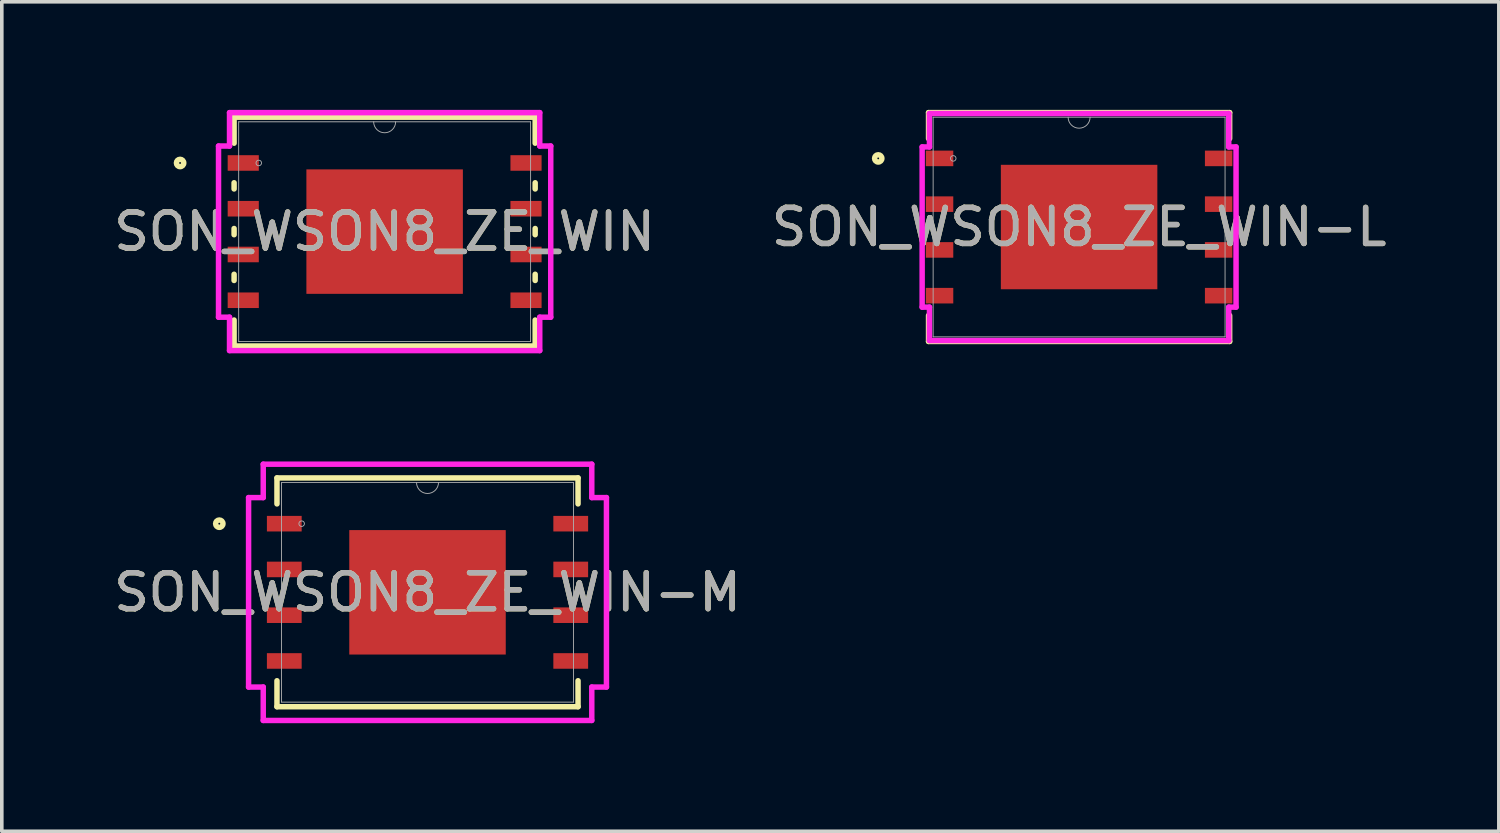
<source format=kicad_pcb>
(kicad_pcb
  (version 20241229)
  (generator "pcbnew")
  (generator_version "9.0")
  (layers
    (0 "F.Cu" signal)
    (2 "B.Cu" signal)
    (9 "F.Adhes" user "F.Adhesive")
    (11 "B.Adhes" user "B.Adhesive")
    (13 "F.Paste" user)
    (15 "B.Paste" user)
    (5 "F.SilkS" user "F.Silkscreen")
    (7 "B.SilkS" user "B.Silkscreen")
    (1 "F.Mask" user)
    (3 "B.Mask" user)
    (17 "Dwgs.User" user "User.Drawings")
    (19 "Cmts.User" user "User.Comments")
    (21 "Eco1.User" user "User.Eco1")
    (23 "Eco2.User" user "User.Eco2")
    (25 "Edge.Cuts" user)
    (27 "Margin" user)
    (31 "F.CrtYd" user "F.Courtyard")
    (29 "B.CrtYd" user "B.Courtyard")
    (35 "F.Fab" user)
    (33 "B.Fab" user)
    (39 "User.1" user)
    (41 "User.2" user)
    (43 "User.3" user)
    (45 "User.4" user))
  (footprint "SON_WSON8_ZE_WIN-L"
    (layer "F.Cu")
    (at 26.899 3.251)
    (property "Reference" "SON_WSON8_ZE_WIN-L" (at 0 0 0) (unlocked yes) (layer "F.SilkS") (effects (font (size 1 1) (thickness 0.15))))
    (attr smd)
    (fp_line (start -4.178 -3.175) (end -4.178 -2.454) (stroke (width 0.152) (type solid)) (layer "F.SilkS"))
    (fp_line (start -4.178 2.454) (end -4.178 3.175) (stroke (width 0.152) (type solid)) (layer "F.SilkS"))
    (fp_line (start -4.178 3.175) (end 4.178 3.175) (stroke (width 0.152) (type solid)) (layer "F.SilkS"))
    (fp_line (start 4.178 -3.175) (end -4.178 -3.175) (stroke (width 0.152) (type solid)) (layer "F.SilkS"))
    (fp_line (start 4.178 -2.454) (end 4.178 -3.175) (stroke (width 0.152) (type solid)) (layer "F.SilkS"))
    (fp_line (start 4.178 3.175) (end 4.178 2.454) (stroke (width 0.152) (type solid)) (layer "F.SilkS"))
    (fp_circle (center -5.575 -1.905) (end -5.474 -1.905) (stroke (width 0.152) (type solid)) (fill no) (layer "F.SilkS"))
    (fp_poly (pts (xy -2.072 -1.627) (xy -2.072 -0.1) (xy -0.824 -0.1) (xy -0.824 -1.627)) (stroke (width 0) (type solid)) (fill yes) (layer "F.Paste"))
    (fp_poly (pts (xy -2.072 0.1) (xy -2.072 1.627) (xy -0.824 1.627) (xy -0.824 0.1)) (stroke (width 0) (type solid)) (fill yes) (layer "F.Paste"))
    (fp_poly (pts (xy -0.624 -1.627) (xy -0.624 -0.1) (xy 0.624 -0.1) (xy 0.624 -1.627)) (stroke (width 0) (type solid)) (fill yes) (layer "F.Paste"))
    (fp_poly (pts (xy -0.624 0.1) (xy -0.624 1.627) (xy 0.624 1.627) (xy 0.624 0.1)) (stroke (width 0) (type solid)) (fill yes) (layer "F.Paste"))
    (fp_poly (pts (xy 0.824 -1.627) (xy 0.824 -0.1) (xy 2.072 -0.1) (xy 2.072 -1.627)) (stroke (width 0) (type solid)) (fill yes) (layer "F.Paste"))
    (fp_poly (pts (xy 0.824 0.1) (xy 0.824 1.627) (xy 2.072 1.627) (xy 2.072 0.1)) (stroke (width 0) (type solid)) (fill yes) (layer "F.Paste"))
    (fp_line (start -4.356 -2.223) (end -4.153 -2.223) (stroke (width 0.152) (type solid)) (layer "F.CrtYd"))
    (fp_line (start -4.356 2.223) (end -4.356 -2.223) (stroke (width 0.152) (type solid)) (layer "F.CrtYd"))
    (fp_line (start -4.356 2.223) (end -4.153 2.223) (stroke (width 0.152) (type solid)) (layer "F.CrtYd"))
    (fp_line (start -4.153 -3.15) (end 4.153 -3.15) (stroke (width 0.152) (type solid)) (layer "F.CrtYd"))
    (fp_line (start -4.153 -2.223) (end -4.153 -3.15) (stroke (width 0.152) (type solid)) (layer "F.CrtYd"))
    (fp_line (start -4.153 3.15) (end -4.153 2.223) (stroke (width 0.152) (type solid)) (layer "F.CrtYd"))
    (fp_line (start 4.153 -3.15) (end 4.153 -2.223) (stroke (width 0.152) (type solid)) (layer "F.CrtYd"))
    (fp_line (start 4.153 2.223) (end 4.153 3.15) (stroke (width 0.152) (type solid)) (layer "F.CrtYd"))
    (fp_line (start 4.153 3.15) (end -4.153 3.15) (stroke (width 0.152) (type solid)) (layer "F.CrtYd"))
    (fp_line (start 4.356 -2.223) (end 4.153 -2.223) (stroke (width 0.152) (type solid)) (layer "F.CrtYd"))
    (fp_line (start 4.356 -2.223) (end 4.356 2.223) (stroke (width 0.152) (type solid)) (layer "F.CrtYd"))
    (fp_line (start 4.356 2.223) (end 4.153 2.223) (stroke (width 0.152) (type solid)) (layer "F.CrtYd"))
    (fp_line (start -4.051 -3.048) (end -4.051 3.048) (stroke (width 0.025) (type solid)) (layer "F.Fab"))
    (fp_line (start -4.051 3.048) (end 4.051 3.048) (stroke (width 0.025) (type solid)) (layer "F.Fab"))
    (fp_line (start 4.051 -3.048) (end -4.051 -3.048) (stroke (width 0.025) (type solid)) (layer "F.Fab"))
    (fp_line (start 4.051 3.048) (end 4.051 -3.048) (stroke (width 0.025) (type solid)) (layer "F.Fab"))
    (fp_arc (start 0.3048 -3.048) (mid 0 -2.7432) (end -0.3048 -3.048) (stroke (width 0.0254) (type solid)) (layer "F.Fab"))
    (fp_circle (center -3.493 -1.905) (end -3.416 -1.905) (stroke (width 0.025) (type solid)) (fill no) (layer "F.Fab"))
    (fp_text user "${REFERENCE}" (at 0 0 0) (unlocked yes) (layer "F.Fab") (effects (font (size 1 1) (thickness 0.15))))
    (pad "1" smd rect (at -3.873 -1.905) (size 0.762 0.432) (layers "F.Cu" "F.Mask" "F.Paste"))
    (pad "2" smd rect (at -3.873 -0.635) (size 0.762 0.432) (layers "F.Cu" "F.Mask" "F.Paste"))
    (pad "3" smd rect (at -3.873 0.635) (size 0.762 0.432) (layers "F.Cu" "F.Mask" "F.Paste"))
    (pad "4" smd rect (at -3.873 1.905) (size 0.762 0.432) (layers "F.Cu" "F.Mask" "F.Paste"))
    (pad "5" smd rect (at 3.873 1.905) (size 0.762 0.432) (layers "F.Cu" "F.Mask" "F.Paste"))
    (pad "6" smd rect (at 3.873 0.635) (size 0.762 0.432) (layers "F.Cu" "F.Mask" "F.Paste"))
    (pad "7" smd rect (at 3.873 -0.635) (size 0.762 0.432) (layers "F.Cu" "F.Mask" "F.Paste"))
    (pad "8" smd rect (at 3.873 -1.905) (size 0.762 0.432) (layers "F.Cu" "F.Mask" "F.Paste"))
    (pad "9" smd rect (at 0 0) (size 4.343 3.454) (layers "F.Cu" "F.Mask" "F.Paste")))
  (footprint "SON_WSON8_ZE_WIN-M"
    (layer "F.Cu")
    (at 8.815 13.389)
    (property "Reference" "SON_WSON8_ZE_WIN-M" (at 0 0 0) (unlocked yes) (layer "F.SilkS") (effects (font (size 1 1) (thickness 0.15))))
    (attr smd)
    (fp_line (start -4.178 -3.175) (end -4.178 -2.454) (stroke (width 0.152) (type solid)) (layer "F.SilkS"))
    (fp_line (start -4.178 2.454) (end -4.178 3.175) (stroke (width 0.152) (type solid)) (layer "F.SilkS"))
    (fp_line (start -4.178 3.175) (end 4.178 3.175) (stroke (width 0.152) (type solid)) (layer "F.SilkS"))
    (fp_line (start 4.178 -3.175) (end -4.178 -3.175) (stroke (width 0.152) (type solid)) (layer "F.SilkS"))
    (fp_line (start 4.178 -2.454) (end 4.178 -3.175) (stroke (width 0.152) (type solid)) (layer "F.SilkS"))
    (fp_line (start 4.178 3.175) (end 4.178 2.454) (stroke (width 0.152) (type solid)) (layer "F.SilkS"))
    (fp_circle (center -5.779 -1.905) (end -5.677 -1.905) (stroke (width 0.152) (type solid)) (fill no) (layer "F.SilkS"))
    (fp_poly (pts (xy -2.072 -1.627) (xy -2.072 -0.1) (xy -0.824 -0.1) (xy -0.824 -1.627)) (stroke (width 0) (type solid)) (fill yes) (layer "F.Paste"))
    (fp_poly (pts (xy -2.072 0.1) (xy -2.072 1.627) (xy -0.824 1.627) (xy -0.824 0.1)) (stroke (width 0) (type solid)) (fill yes) (layer "F.Paste"))
    (fp_poly (pts (xy -0.624 -1.627) (xy -0.624 -0.1) (xy 0.624 -0.1) (xy 0.624 -1.627)) (stroke (width 0) (type solid)) (fill yes) (layer "F.Paste"))
    (fp_poly (pts (xy -0.624 0.1) (xy -0.624 1.627) (xy 0.624 1.627) (xy 0.624 0.1)) (stroke (width 0) (type solid)) (fill yes) (layer "F.Paste"))
    (fp_poly (pts (xy 0.824 -1.627) (xy 0.824 -0.1) (xy 2.072 -0.1) (xy 2.072 -1.627)) (stroke (width 0) (type solid)) (fill yes) (layer "F.Paste"))
    (fp_poly (pts (xy 0.824 0.1) (xy 0.824 1.627) (xy 2.072 1.627) (xy 2.072 0.1)) (stroke (width 0) (type solid)) (fill yes) (layer "F.Paste"))
    (fp_line (start -4.966 -2.629) (end -4.559 -2.629) (stroke (width 0.152) (type solid)) (layer "F.CrtYd"))
    (fp_line (start -4.966 2.629) (end -4.966 -2.629) (stroke (width 0.152) (type solid)) (layer "F.CrtYd"))
    (fp_line (start -4.966 2.629) (end -4.559 2.629) (stroke (width 0.152) (type solid)) (layer "F.CrtYd"))
    (fp_line (start -4.559 -3.556) (end 4.559 -3.556) (stroke (width 0.152) (type solid)) (layer "F.CrtYd"))
    (fp_line (start -4.559 -2.629) (end -4.559 -3.556) (stroke (width 0.152) (type solid)) (layer "F.CrtYd"))
    (fp_line (start -4.559 3.556) (end -4.559 2.629) (stroke (width 0.152) (type solid)) (layer "F.CrtYd"))
    (fp_line (start 4.559 -3.556) (end 4.559 -2.629) (stroke (width 0.152) (type solid)) (layer "F.CrtYd"))
    (fp_line (start 4.559 2.629) (end 4.559 3.556) (stroke (width 0.152) (type solid)) (layer "F.CrtYd"))
    (fp_line (start 4.559 3.556) (end -4.559 3.556) (stroke (width 0.152) (type solid)) (layer "F.CrtYd"))
    (fp_line (start 4.966 -2.629) (end 4.559 -2.629) (stroke (width 0.152) (type solid)) (layer "F.CrtYd"))
    (fp_line (start 4.966 -2.629) (end 4.966 2.629) (stroke (width 0.152) (type solid)) (layer "F.CrtYd"))
    (fp_line (start 4.966 2.629) (end 4.559 2.629) (stroke (width 0.152) (type solid)) (layer "F.CrtYd"))
    (fp_line (start -4.051 -3.048) (end -4.051 3.048) (stroke (width 0.025) (type solid)) (layer "F.Fab"))
    (fp_line (start -4.051 3.048) (end 4.051 3.048) (stroke (width 0.025) (type solid)) (layer "F.Fab"))
    (fp_line (start 4.051 -3.048) (end -4.051 -3.048) (stroke (width 0.025) (type solid)) (layer "F.Fab"))
    (fp_line (start 4.051 3.048) (end 4.051 -3.048) (stroke (width 0.025) (type solid)) (layer "F.Fab"))
    (fp_arc (start 0.3048 -3.048) (mid 0 -2.7432) (end -0.3048 -3.048) (stroke (width 0.0254) (type solid)) (layer "F.Fab"))
    (fp_circle (center -3.493 -1.905) (end -3.416 -1.905) (stroke (width 0.025) (type solid)) (fill no) (layer "F.Fab"))
    (fp_text user "${REFERENCE}" (at 0 0 0) (unlocked yes) (layer "F.Fab") (effects (font (size 1 1) (thickness 0.15))))
    (pad "1" smd rect (at -3.975 -1.905) (size 0.965 0.432) (layers "F.Cu" "F.Mask" "F.Paste"))
    (pad "2" smd rect (at -3.975 -0.635) (size 0.965 0.432) (layers "F.Cu" "F.Mask" "F.Paste"))
    (pad "3" smd rect (at -3.975 0.635) (size 0.965 0.432) (layers "F.Cu" "F.Mask" "F.Paste"))
    (pad "4" smd rect (at -3.975 1.905) (size 0.965 0.432) (layers "F.Cu" "F.Mask" "F.Paste"))
    (pad "5" smd rect (at 3.975 1.905) (size 0.965 0.432) (layers "F.Cu" "F.Mask" "F.Paste"))
    (pad "6" smd rect (at 3.975 0.635) (size 0.965 0.432) (layers "F.Cu" "F.Mask" "F.Paste"))
    (pad "7" smd rect (at 3.975 -0.635) (size 0.965 0.432) (layers "F.Cu" "F.Mask" "F.Paste"))
    (pad "8" smd rect (at 3.975 -1.905) (size 0.965 0.432) (layers "F.Cu" "F.Mask" "F.Paste"))
    (pad "9" smd rect (at 0 0) (size 4.343 3.454) (layers "F.Cu" "F.Mask" "F.Paste")))
  (footprint "SON_WSON8_ZE_WIN"
    (layer "F.Cu")
    (at 7.625 3.378)
    (property "Reference" "SON_WSON8_ZE_WIN" (at 0 0 0) (unlocked yes) (layer "F.SilkS") (effects (font (size 1 1) (thickness 0.15))))
    (attr smd)
    (fp_line (start -4.178 -3.175) (end -4.178 -2.454) (stroke (width 0.152) (type solid)) (layer "F.SilkS"))
    (fp_line (start -4.178 -1.356) (end -4.178 -1.184) (stroke (width 0.152) (type solid)) (layer "F.SilkS"))
    (fp_line (start -4.178 -0.086) (end -4.178 0.086) (stroke (width 0.152) (type solid)) (layer "F.SilkS"))
    (fp_line (start -4.178 1.184) (end -4.178 1.356) (stroke (width 0.152) (type solid)) (layer "F.SilkS"))
    (fp_line (start -4.178 2.454) (end -4.178 3.175) (stroke (width 0.152) (type solid)) (layer "F.SilkS"))
    (fp_line (start -4.178 3.175) (end 4.178 3.175) (stroke (width 0.152) (type solid)) (layer "F.SilkS"))
    (fp_line (start 4.178 -3.175) (end -4.178 -3.175) (stroke (width 0.152) (type solid)) (layer "F.SilkS"))
    (fp_line (start 4.178 -2.454) (end 4.178 -3.175) (stroke (width 0.152) (type solid)) (layer "F.SilkS"))
    (fp_line (start 4.178 -1.184) (end 4.178 -1.356) (stroke (width 0.152) (type solid)) (layer "F.SilkS"))
    (fp_line (start 4.178 0.086) (end 4.178 -0.086) (stroke (width 0.152) (type solid)) (layer "F.SilkS"))
    (fp_line (start 4.178 1.356) (end 4.178 1.184) (stroke (width 0.152) (type solid)) (layer "F.SilkS"))
    (fp_line (start 4.178 3.175) (end 4.178 2.454) (stroke (width 0.152) (type solid)) (layer "F.SilkS"))
    (fp_circle (center -5.677 -1.905) (end -5.575 -1.905) (stroke (width 0.152) (type solid)) (fill no) (layer "F.SilkS"))
    (fp_poly (pts (xy -2.072 -1.627) (xy -2.072 -0.1) (xy -0.824 -0.1) (xy -0.824 -1.627)) (stroke (width 0) (type solid)) (fill yes) (layer "F.Paste"))
    (fp_poly (pts (xy -2.072 0.1) (xy -2.072 1.627) (xy -0.824 1.627) (xy -0.824 0.1)) (stroke (width 0) (type solid)) (fill yes) (layer "F.Paste"))
    (fp_poly (pts (xy -0.624 -1.627) (xy -0.624 -0.1) (xy 0.624 -0.1) (xy 0.624 -1.627)) (stroke (width 0) (type solid)) (fill yes) (layer "F.Paste"))
    (fp_poly (pts (xy -0.624 0.1) (xy -0.624 1.627) (xy 0.624 1.627) (xy 0.624 0.1)) (stroke (width 0) (type solid)) (fill yes) (layer "F.Paste"))
    (fp_poly (pts (xy 0.824 -1.627) (xy 0.824 -0.1) (xy 2.072 -0.1) (xy 2.072 -1.627)) (stroke (width 0) (type solid)) (fill yes) (layer "F.Paste"))
    (fp_poly (pts (xy 0.824 0.1) (xy 0.824 1.627) (xy 2.072 1.627) (xy 2.072 0.1)) (stroke (width 0) (type solid)) (fill yes) (layer "F.Paste"))
    (fp_line (start -4.61 -2.375) (end -4.305 -2.375) (stroke (width 0.152) (type solid)) (layer "F.CrtYd"))
    (fp_line (start -4.61 2.375) (end -4.61 -2.375) (stroke (width 0.152) (type solid)) (layer "F.CrtYd"))
    (fp_line (start -4.61 2.375) (end -4.305 2.375) (stroke (width 0.152) (type solid)) (layer "F.CrtYd"))
    (fp_line (start -4.305 -3.302) (end 4.305 -3.302) (stroke (width 0.152) (type solid)) (layer "F.CrtYd"))
    (fp_line (start -4.305 -2.375) (end -4.305 -3.302) (stroke (width 0.152) (type solid)) (layer "F.CrtYd"))
    (fp_line (start -4.305 3.302) (end -4.305 2.375) (stroke (width 0.152) (type solid)) (layer "F.CrtYd"))
    (fp_line (start 4.305 -3.302) (end 4.305 -2.375) (stroke (width 0.152) (type solid)) (layer "F.CrtYd"))
    (fp_line (start 4.305 2.375) (end 4.305 3.302) (stroke (width 0.152) (type solid)) (layer "F.CrtYd"))
    (fp_line (start 4.305 3.302) (end -4.305 3.302) (stroke (width 0.152) (type solid)) (layer "F.CrtYd"))
    (fp_line (start 4.61 -2.375) (end 4.305 -2.375) (stroke (width 0.152) (type solid)) (layer "F.CrtYd"))
    (fp_line (start 4.61 -2.375) (end 4.61 2.375) (stroke (width 0.152) (type solid)) (layer "F.CrtYd"))
    (fp_line (start 4.61 2.375) (end 4.305 2.375) (stroke (width 0.152) (type solid)) (layer "F.CrtYd"))
    (fp_line (start -4.051 -3.048) (end -4.051 3.048) (stroke (width 0.025) (type solid)) (layer "F.Fab"))
    (fp_line (start -4.051 3.048) (end 4.051 3.048) (stroke (width 0.025) (type solid)) (layer "F.Fab"))
    (fp_line (start 4.051 -3.048) (end -4.051 -3.048) (stroke (width 0.025) (type solid)) (layer "F.Fab"))
    (fp_line (start 4.051 3.048) (end 4.051 -3.048) (stroke (width 0.025) (type solid)) (layer "F.Fab"))
    (fp_arc (start 0.3048 -3.048) (mid 0 -2.7432) (end -0.3048 -3.048) (stroke (width 0.0254) (type solid)) (layer "F.Fab"))
    (fp_circle (center -3.493 -1.905) (end -3.416 -1.905) (stroke (width 0.025) (type solid)) (fill no) (layer "F.Fab"))
    (fp_text user "${REFERENCE}" (at 0 0 0) (unlocked yes) (layer "F.Fab") (effects (font (size 1 1) (thickness 0.15))))
    (pad "1" smd rect (at -3.924 -1.905) (size 0.864 0.432) (layers "F.Cu" "F.Mask" "F.Paste"))
    (pad "2" smd rect (at -3.924 -0.635) (size 0.864 0.432) (layers "F.Cu" "F.Mask" "F.Paste"))
    (pad "3" smd rect (at -3.924 0.635) (size 0.864 0.432) (layers "F.Cu" "F.Mask" "F.Paste"))
    (pad "4" smd rect (at -3.924 1.905) (size 0.864 0.432) (layers "F.Cu" "F.Mask" "F.Paste"))
    (pad "5" smd rect (at 3.924 1.905) (size 0.864 0.432) (layers "F.Cu" "F.Mask" "F.Paste"))
    (pad "6" smd rect (at 3.924 0.635) (size 0.864 0.432) (layers "F.Cu" "F.Mask" "F.Paste"))
    (pad "7" smd rect (at 3.924 -0.635) (size 0.864 0.432) (layers "F.Cu" "F.Mask" "F.Paste"))
    (pad "8" smd rect (at 3.924 -1.905) (size 0.864 0.432) (layers "F.Cu" "F.Mask" "F.Paste"))
    (pad "9" smd rect (at 0 0) (size 4.343 3.454) (layers "F.Cu" "F.Mask" "F.Paste")))
  (gr_rect
    (start -3 -3)
    (end 38.548 20.021)
    (stroke (width 0.1) (type default))
    (fill no)
    (layer "Edge.Cuts")))
</source>
